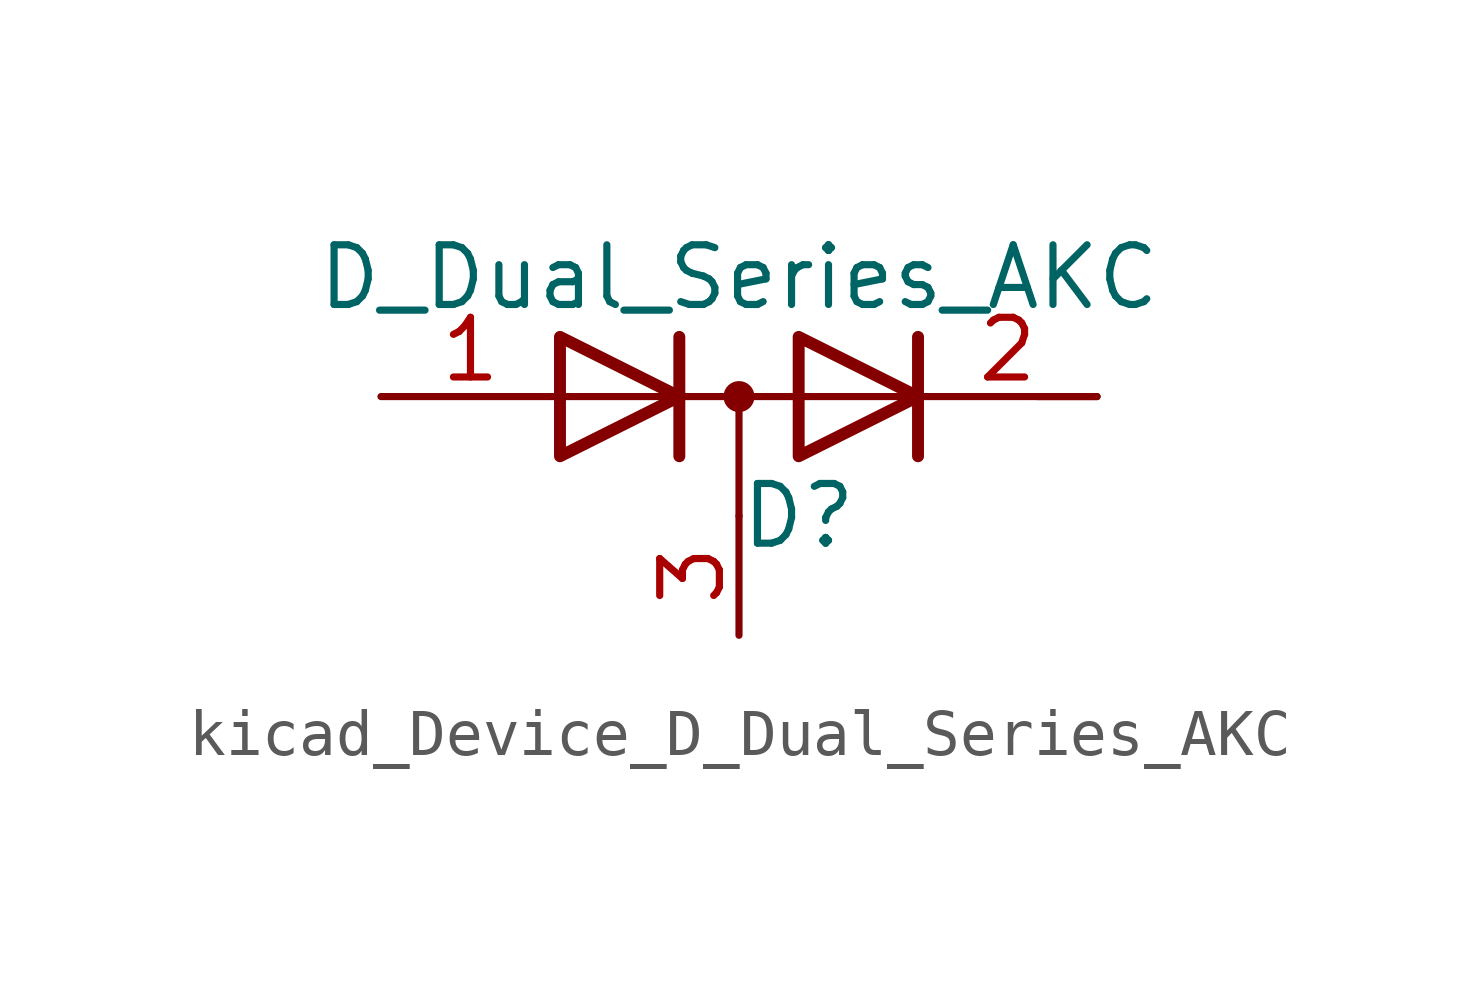
<source format=kicad_sym>
(kicad_symbol_lib
  (version 20220914)
  (generator kicad_symbol_editor)
  (symbol "kicad_Device_D_Dual_Series_AKC"
    (pin_names
      (offset 0.762) hide)
    (property "Reference" "D"
      (at 1.27 -2.54 0)
      (effects (font (size 1.27 1.27))))
    (property "Value" "D_Dual_Series_AKC"
      (at 0 2.54 0)
      (effects (font (size 1.27 1.27))))
    (symbol "kicad_Device_D_Dual_Series_AKC_0_1"
      (polyline (pts (xy -3.81 0) (xy 3.81 0)) (stroke (width 0) (type default)) (fill (type none)))
      (polyline (pts (xy 0 0) (xy 0 -2.54)) (stroke (width 0) (type default)) (fill (type none)))
      (polyline (pts (xy 6.35 0) (xy 7.62 0)) (stroke (width 0) (type default)) (fill (type none)))
      (polyline (pts (xy -1.27 -1.27) (xy -1.27 1.27) (xy -1.27 1.27)) (stroke (width 0.254) (type default)) (fill (type none)))
      (polyline (pts (xy 3.81 1.27) (xy 3.81 -1.27) (xy 3.81 -1.27)) (stroke (width 0.254) (type default)) (fill (type none)))
      (polyline (pts (xy -3.81 1.27) (xy -1.27 0) (xy -3.81 -1.27) (xy -3.81 1.27) (xy -3.81 1.27) (xy -3.81 1.27)) (stroke (width 0.254) (type default)) (fill (type none)))
      (polyline (pts (xy 1.27 1.27) (xy 3.81 0) (xy 1.27 -1.27) (xy 1.27 1.27) (xy 1.27 1.27) (xy 1.27 1.27)) (stroke (width 0.254) (type default)) (fill (type none)))
      (circle (center 0 0) (radius 0.254) (stroke (width 0) (type default)) (fill (type outline)))
      (pin passive line (at -7.62 0 0) (length 3.81) (name "A" (effects (font (size 1.27 1.27)))) (number "1" (effects (font (size 1.27 1.27)))))
      (pin passive line (at 7.62 0 180) (length 3.81) (name "K" (effects (font (size 1.27 1.27)))) (number "2" (effects (font (size 1.27 1.27)))))
      (pin passive line (at 0 -5.08 90) (length 2.54) (name "common" (effects (font (size 1.27 1.27)))) (number "3" (effects (font (size 1.27 1.27))))))))
</source>
